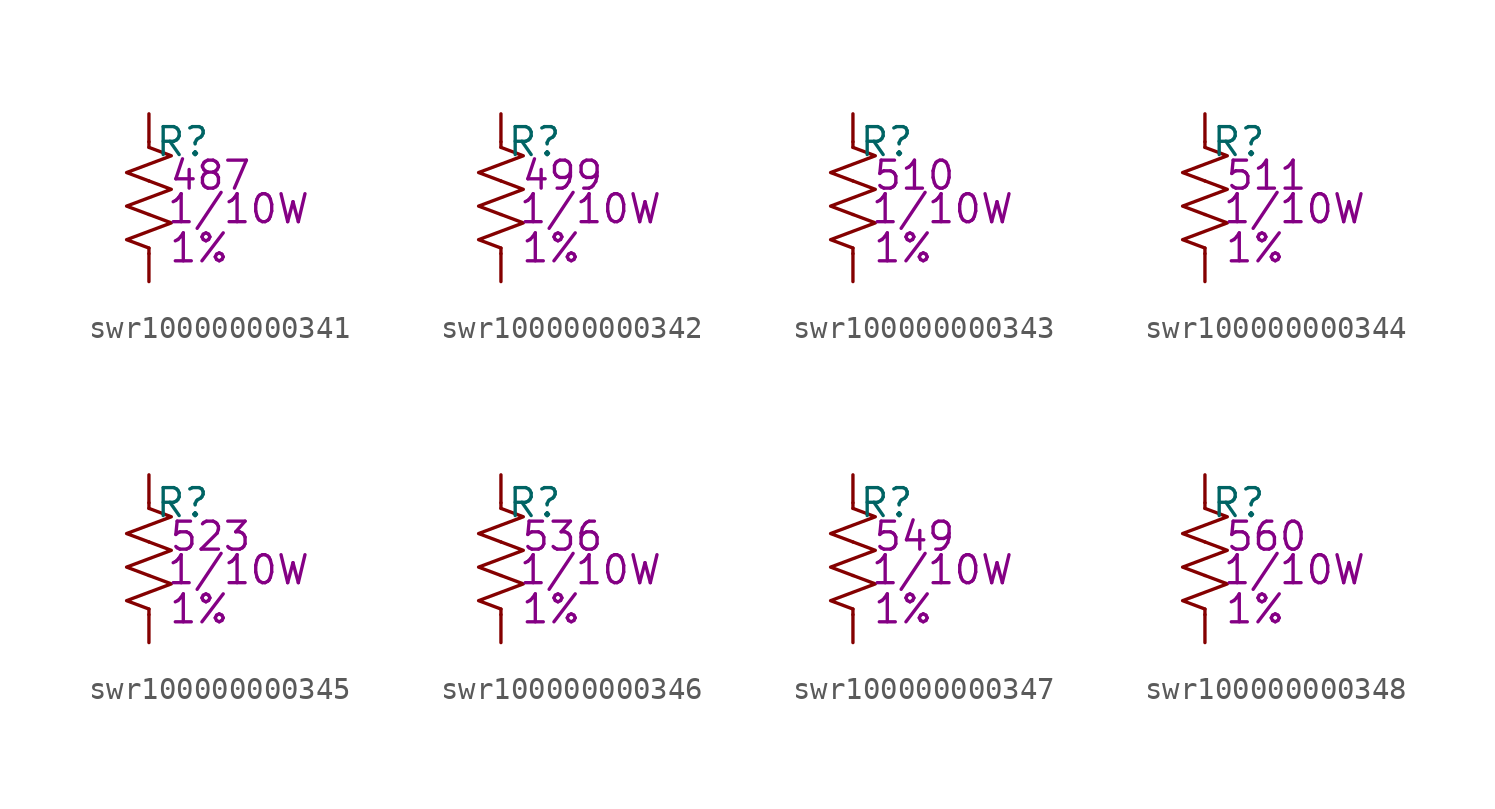
<source format=kicad_sym>
(kicad_symbol_lib
  (version 20211014)
  (generator kicad_symbol_editor)
  (symbol "swr100000000341"
    (pin_numbers hide)
    (pin_names
      (offset 1.016))
    (property "Reference" "R"
      (at 1.524 2.54 0)
      (effects (font (size 1.27 1.27))))
    (property "Tolerance" "1%"
      (at 2.286 -2.286 0)
      (effects (font (size 1.27 1.27))))
    (property "Wattage" "1/10W"
      (at 4.064 -0.508 0)
      (effects (font (size 1.27 1.27))))
    (property "PartValue" "487"
      (at 2.794 1.016 0)
      (effects (font (size 1.27 1.27))))
    (symbol "swr100000000341_1_1"
      (polyline (pts (xy 0 -2.286) (xy 0 -2.54)) (stroke (width 0) (type default) (color 0 0 0 0)) (fill (type none)))
      (polyline (pts (xy 0 2.286) (xy 0 2.54)) (stroke (width 0) (type default) (color 0 0 0 0)) (fill (type none)))
      (polyline (pts (xy 0 -0.762) (xy 1.016 -1.143) (xy 0 -1.524) (xy -1.016 -1.905) (xy 0 -2.286)) (stroke (width 0) (type default) (color 0 0 0 0)) (fill (type none)))
      (polyline (pts (xy 0 0.762) (xy 1.016 0.381) (xy 0 0) (xy -1.016 -0.381) (xy 0 -0.762)) (stroke (width 0) (type default) (color 0 0 0 0)) (fill (type none)))
      (polyline (pts (xy 0 2.286) (xy 1.016 1.905) (xy 0 1.524) (xy -1.016 1.143) (xy 0 0.762)) (stroke (width 0) (type default) (color 0 0 0 0)) (fill (type none)))
      (pin passive line (at 0 3.81 270) (length 1.27) (name "~" (effects (font (size 1.27 1.27)))) (number "1" (effects (font (size 1.27 1.27)))))
      (pin passive line (at 0 -3.81 90) (length 1.27) (name "~" (effects (font (size 1.27 1.27)))) (number "2" (effects (font (size 1.27 1.27)))))))
  (symbol "swr100000000342"
    (pin_numbers hide)
    (pin_names
      (offset 1.016))
    (property "Reference" "R"
      (at 1.524 2.54 0)
      (effects (font (size 1.27 1.27))))
    (property "Tolerance" "1%"
      (at 2.286 -2.286 0)
      (effects (font (size 1.27 1.27))))
    (property "Wattage" "1/10W"
      (at 4.064 -0.508 0)
      (effects (font (size 1.27 1.27))))
    (property "PartValue" "499"
      (at 2.794 1.016 0)
      (effects (font (size 1.27 1.27))))
    (symbol "swr100000000342_1_1"
      (polyline (pts (xy 0 -2.286) (xy 0 -2.54)) (stroke (width 0) (type default) (color 0 0 0 0)) (fill (type none)))
      (polyline (pts (xy 0 2.286) (xy 0 2.54)) (stroke (width 0) (type default) (color 0 0 0 0)) (fill (type none)))
      (polyline (pts (xy 0 -0.762) (xy 1.016 -1.143) (xy 0 -1.524) (xy -1.016 -1.905) (xy 0 -2.286)) (stroke (width 0) (type default) (color 0 0 0 0)) (fill (type none)))
      (polyline (pts (xy 0 0.762) (xy 1.016 0.381) (xy 0 0) (xy -1.016 -0.381) (xy 0 -0.762)) (stroke (width 0) (type default) (color 0 0 0 0)) (fill (type none)))
      (polyline (pts (xy 0 2.286) (xy 1.016 1.905) (xy 0 1.524) (xy -1.016 1.143) (xy 0 0.762)) (stroke (width 0) (type default) (color 0 0 0 0)) (fill (type none)))
      (pin passive line (at 0 3.81 270) (length 1.27) (name "~" (effects (font (size 1.27 1.27)))) (number "1" (effects (font (size 1.27 1.27)))))
      (pin passive line (at 0 -3.81 90) (length 1.27) (name "~" (effects (font (size 1.27 1.27)))) (number "2" (effects (font (size 1.27 1.27)))))))
  (symbol "swr100000000343"
    (pin_numbers hide)
    (pin_names
      (offset 1.016))
    (property "Reference" "R"
      (at 1.524 2.54 0)
      (effects (font (size 1.27 1.27))))
    (property "Tolerance" "1%"
      (at 2.286 -2.286 0)
      (effects (font (size 1.27 1.27))))
    (property "Wattage" "1/10W"
      (at 4.064 -0.508 0)
      (effects (font (size 1.27 1.27))))
    (property "PartValue" "510"
      (at 2.794 1.016 0)
      (effects (font (size 1.27 1.27))))
    (symbol "swr100000000343_1_1"
      (polyline (pts (xy 0 -2.286) (xy 0 -2.54)) (stroke (width 0) (type default) (color 0 0 0 0)) (fill (type none)))
      (polyline (pts (xy 0 2.286) (xy 0 2.54)) (stroke (width 0) (type default) (color 0 0 0 0)) (fill (type none)))
      (polyline (pts (xy 0 -0.762) (xy 1.016 -1.143) (xy 0 -1.524) (xy -1.016 -1.905) (xy 0 -2.286)) (stroke (width 0) (type default) (color 0 0 0 0)) (fill (type none)))
      (polyline (pts (xy 0 0.762) (xy 1.016 0.381) (xy 0 0) (xy -1.016 -0.381) (xy 0 -0.762)) (stroke (width 0) (type default) (color 0 0 0 0)) (fill (type none)))
      (polyline (pts (xy 0 2.286) (xy 1.016 1.905) (xy 0 1.524) (xy -1.016 1.143) (xy 0 0.762)) (stroke (width 0) (type default) (color 0 0 0 0)) (fill (type none)))
      (pin passive line (at 0 3.81 270) (length 1.27) (name "~" (effects (font (size 1.27 1.27)))) (number "1" (effects (font (size 1.27 1.27)))))
      (pin passive line (at 0 -3.81 90) (length 1.27) (name "~" (effects (font (size 1.27 1.27)))) (number "2" (effects (font (size 1.27 1.27)))))))
  (symbol "swr100000000344"
    (pin_numbers hide)
    (pin_names
      (offset 1.016))
    (property "Reference" "R"
      (at 1.524 2.54 0)
      (effects (font (size 1.27 1.27))))
    (property "Tolerance" "1%"
      (at 2.286 -2.286 0)
      (effects (font (size 1.27 1.27))))
    (property "Wattage" "1/10W"
      (at 4.064 -0.508 0)
      (effects (font (size 1.27 1.27))))
    (property "PartValue" "511"
      (at 2.794 1.016 0)
      (effects (font (size 1.27 1.27))))
    (symbol "swr100000000344_1_1"
      (polyline (pts (xy 0 -2.286) (xy 0 -2.54)) (stroke (width 0) (type default) (color 0 0 0 0)) (fill (type none)))
      (polyline (pts (xy 0 2.286) (xy 0 2.54)) (stroke (width 0) (type default) (color 0 0 0 0)) (fill (type none)))
      (polyline (pts (xy 0 -0.762) (xy 1.016 -1.143) (xy 0 -1.524) (xy -1.016 -1.905) (xy 0 -2.286)) (stroke (width 0) (type default) (color 0 0 0 0)) (fill (type none)))
      (polyline (pts (xy 0 0.762) (xy 1.016 0.381) (xy 0 0) (xy -1.016 -0.381) (xy 0 -0.762)) (stroke (width 0) (type default) (color 0 0 0 0)) (fill (type none)))
      (polyline (pts (xy 0 2.286) (xy 1.016 1.905) (xy 0 1.524) (xy -1.016 1.143) (xy 0 0.762)) (stroke (width 0) (type default) (color 0 0 0 0)) (fill (type none)))
      (pin passive line (at 0 3.81 270) (length 1.27) (name "~" (effects (font (size 1.27 1.27)))) (number "1" (effects (font (size 1.27 1.27)))))
      (pin passive line (at 0 -3.81 90) (length 1.27) (name "~" (effects (font (size 1.27 1.27)))) (number "2" (effects (font (size 1.27 1.27)))))))
  (symbol "swr100000000345"
    (pin_numbers hide)
    (pin_names
      (offset 1.016))
    (property "Reference" "R"
      (at 1.524 2.54 0)
      (effects (font (size 1.27 1.27))))
    (property "Tolerance" "1%"
      (at 2.286 -2.286 0)
      (effects (font (size 1.27 1.27))))
    (property "Wattage" "1/10W"
      (at 4.064 -0.508 0)
      (effects (font (size 1.27 1.27))))
    (property "PartValue" "523"
      (at 2.794 1.016 0)
      (effects (font (size 1.27 1.27))))
    (symbol "swr100000000345_1_1"
      (polyline (pts (xy 0 -2.286) (xy 0 -2.54)) (stroke (width 0) (type default) (color 0 0 0 0)) (fill (type none)))
      (polyline (pts (xy 0 2.286) (xy 0 2.54)) (stroke (width 0) (type default) (color 0 0 0 0)) (fill (type none)))
      (polyline (pts (xy 0 -0.762) (xy 1.016 -1.143) (xy 0 -1.524) (xy -1.016 -1.905) (xy 0 -2.286)) (stroke (width 0) (type default) (color 0 0 0 0)) (fill (type none)))
      (polyline (pts (xy 0 0.762) (xy 1.016 0.381) (xy 0 0) (xy -1.016 -0.381) (xy 0 -0.762)) (stroke (width 0) (type default) (color 0 0 0 0)) (fill (type none)))
      (polyline (pts (xy 0 2.286) (xy 1.016 1.905) (xy 0 1.524) (xy -1.016 1.143) (xy 0 0.762)) (stroke (width 0) (type default) (color 0 0 0 0)) (fill (type none)))
      (pin passive line (at 0 3.81 270) (length 1.27) (name "~" (effects (font (size 1.27 1.27)))) (number "1" (effects (font (size 1.27 1.27)))))
      (pin passive line (at 0 -3.81 90) (length 1.27) (name "~" (effects (font (size 1.27 1.27)))) (number "2" (effects (font (size 1.27 1.27)))))))
  (symbol "swr100000000346"
    (pin_numbers hide)
    (pin_names
      (offset 1.016))
    (property "Reference" "R"
      (at 1.524 2.54 0)
      (effects (font (size 1.27 1.27))))
    (property "Tolerance" "1%"
      (at 2.286 -2.286 0)
      (effects (font (size 1.27 1.27))))
    (property "Wattage" "1/10W"
      (at 4.064 -0.508 0)
      (effects (font (size 1.27 1.27))))
    (property "PartValue" "536"
      (at 2.794 1.016 0)
      (effects (font (size 1.27 1.27))))
    (symbol "swr100000000346_1_1"
      (polyline (pts (xy 0 -2.286) (xy 0 -2.54)) (stroke (width 0) (type default) (color 0 0 0 0)) (fill (type none)))
      (polyline (pts (xy 0 2.286) (xy 0 2.54)) (stroke (width 0) (type default) (color 0 0 0 0)) (fill (type none)))
      (polyline (pts (xy 0 -0.762) (xy 1.016 -1.143) (xy 0 -1.524) (xy -1.016 -1.905) (xy 0 -2.286)) (stroke (width 0) (type default) (color 0 0 0 0)) (fill (type none)))
      (polyline (pts (xy 0 0.762) (xy 1.016 0.381) (xy 0 0) (xy -1.016 -0.381) (xy 0 -0.762)) (stroke (width 0) (type default) (color 0 0 0 0)) (fill (type none)))
      (polyline (pts (xy 0 2.286) (xy 1.016 1.905) (xy 0 1.524) (xy -1.016 1.143) (xy 0 0.762)) (stroke (width 0) (type default) (color 0 0 0 0)) (fill (type none)))
      (pin passive line (at 0 3.81 270) (length 1.27) (name "~" (effects (font (size 1.27 1.27)))) (number "1" (effects (font (size 1.27 1.27)))))
      (pin passive line (at 0 -3.81 90) (length 1.27) (name "~" (effects (font (size 1.27 1.27)))) (number "2" (effects (font (size 1.27 1.27)))))))
  (symbol "swr100000000347"
    (pin_numbers hide)
    (pin_names
      (offset 1.016))
    (property "Reference" "R"
      (at 1.524 2.54 0)
      (effects (font (size 1.27 1.27))))
    (property "Tolerance" "1%"
      (at 2.286 -2.286 0)
      (effects (font (size 1.27 1.27))))
    (property "Wattage" "1/10W"
      (at 4.064 -0.508 0)
      (effects (font (size 1.27 1.27))))
    (property "PartValue" "549"
      (at 2.794 1.016 0)
      (effects (font (size 1.27 1.27))))
    (symbol "swr100000000347_1_1"
      (polyline (pts (xy 0 -2.286) (xy 0 -2.54)) (stroke (width 0) (type default) (color 0 0 0 0)) (fill (type none)))
      (polyline (pts (xy 0 2.286) (xy 0 2.54)) (stroke (width 0) (type default) (color 0 0 0 0)) (fill (type none)))
      (polyline (pts (xy 0 -0.762) (xy 1.016 -1.143) (xy 0 -1.524) (xy -1.016 -1.905) (xy 0 -2.286)) (stroke (width 0) (type default) (color 0 0 0 0)) (fill (type none)))
      (polyline (pts (xy 0 0.762) (xy 1.016 0.381) (xy 0 0) (xy -1.016 -0.381) (xy 0 -0.762)) (stroke (width 0) (type default) (color 0 0 0 0)) (fill (type none)))
      (polyline (pts (xy 0 2.286) (xy 1.016 1.905) (xy 0 1.524) (xy -1.016 1.143) (xy 0 0.762)) (stroke (width 0) (type default) (color 0 0 0 0)) (fill (type none)))
      (pin passive line (at 0 3.81 270) (length 1.27) (name "~" (effects (font (size 1.27 1.27)))) (number "1" (effects (font (size 1.27 1.27)))))
      (pin passive line (at 0 -3.81 90) (length 1.27) (name "~" (effects (font (size 1.27 1.27)))) (number "2" (effects (font (size 1.27 1.27)))))))
  (symbol "swr100000000348"
    (pin_numbers hide)
    (pin_names
      (offset 1.016))
    (property "Reference" "R"
      (at 1.524 2.54 0)
      (effects (font (size 1.27 1.27))))
    (property "Tolerance" "1%"
      (at 2.286 -2.286 0)
      (effects (font (size 1.27 1.27))))
    (property "Wattage" "1/10W"
      (at 4.064 -0.508 0)
      (effects (font (size 1.27 1.27))))
    (property "PartValue" "560"
      (at 2.794 1.016 0)
      (effects (font (size 1.27 1.27))))
    (symbol "swr100000000348_1_1"
      (polyline (pts (xy 0 -2.286) (xy 0 -2.54)) (stroke (width 0) (type default) (color 0 0 0 0)) (fill (type none)))
      (polyline (pts (xy 0 2.286) (xy 0 2.54)) (stroke (width 0) (type default) (color 0 0 0 0)) (fill (type none)))
      (polyline (pts (xy 0 -0.762) (xy 1.016 -1.143) (xy 0 -1.524) (xy -1.016 -1.905) (xy 0 -2.286)) (stroke (width 0) (type default) (color 0 0 0 0)) (fill (type none)))
      (polyline (pts (xy 0 0.762) (xy 1.016 0.381) (xy 0 0) (xy -1.016 -0.381) (xy 0 -0.762)) (stroke (width 0) (type default) (color 0 0 0 0)) (fill (type none)))
      (polyline (pts (xy 0 2.286) (xy 1.016 1.905) (xy 0 1.524) (xy -1.016 1.143) (xy 0 0.762)) (stroke (width 0) (type default) (color 0 0 0 0)) (fill (type none)))
      (pin passive line (at 0 3.81 270) (length 1.27) (name "~" (effects (font (size 1.27 1.27)))) (number "1" (effects (font (size 1.27 1.27)))))
      (pin passive line (at 0 -3.81 90) (length 1.27) (name "~" (effects (font (size 1.27 1.27)))) (number "2" (effects (font (size 1.27 1.27))))))))
</source>
